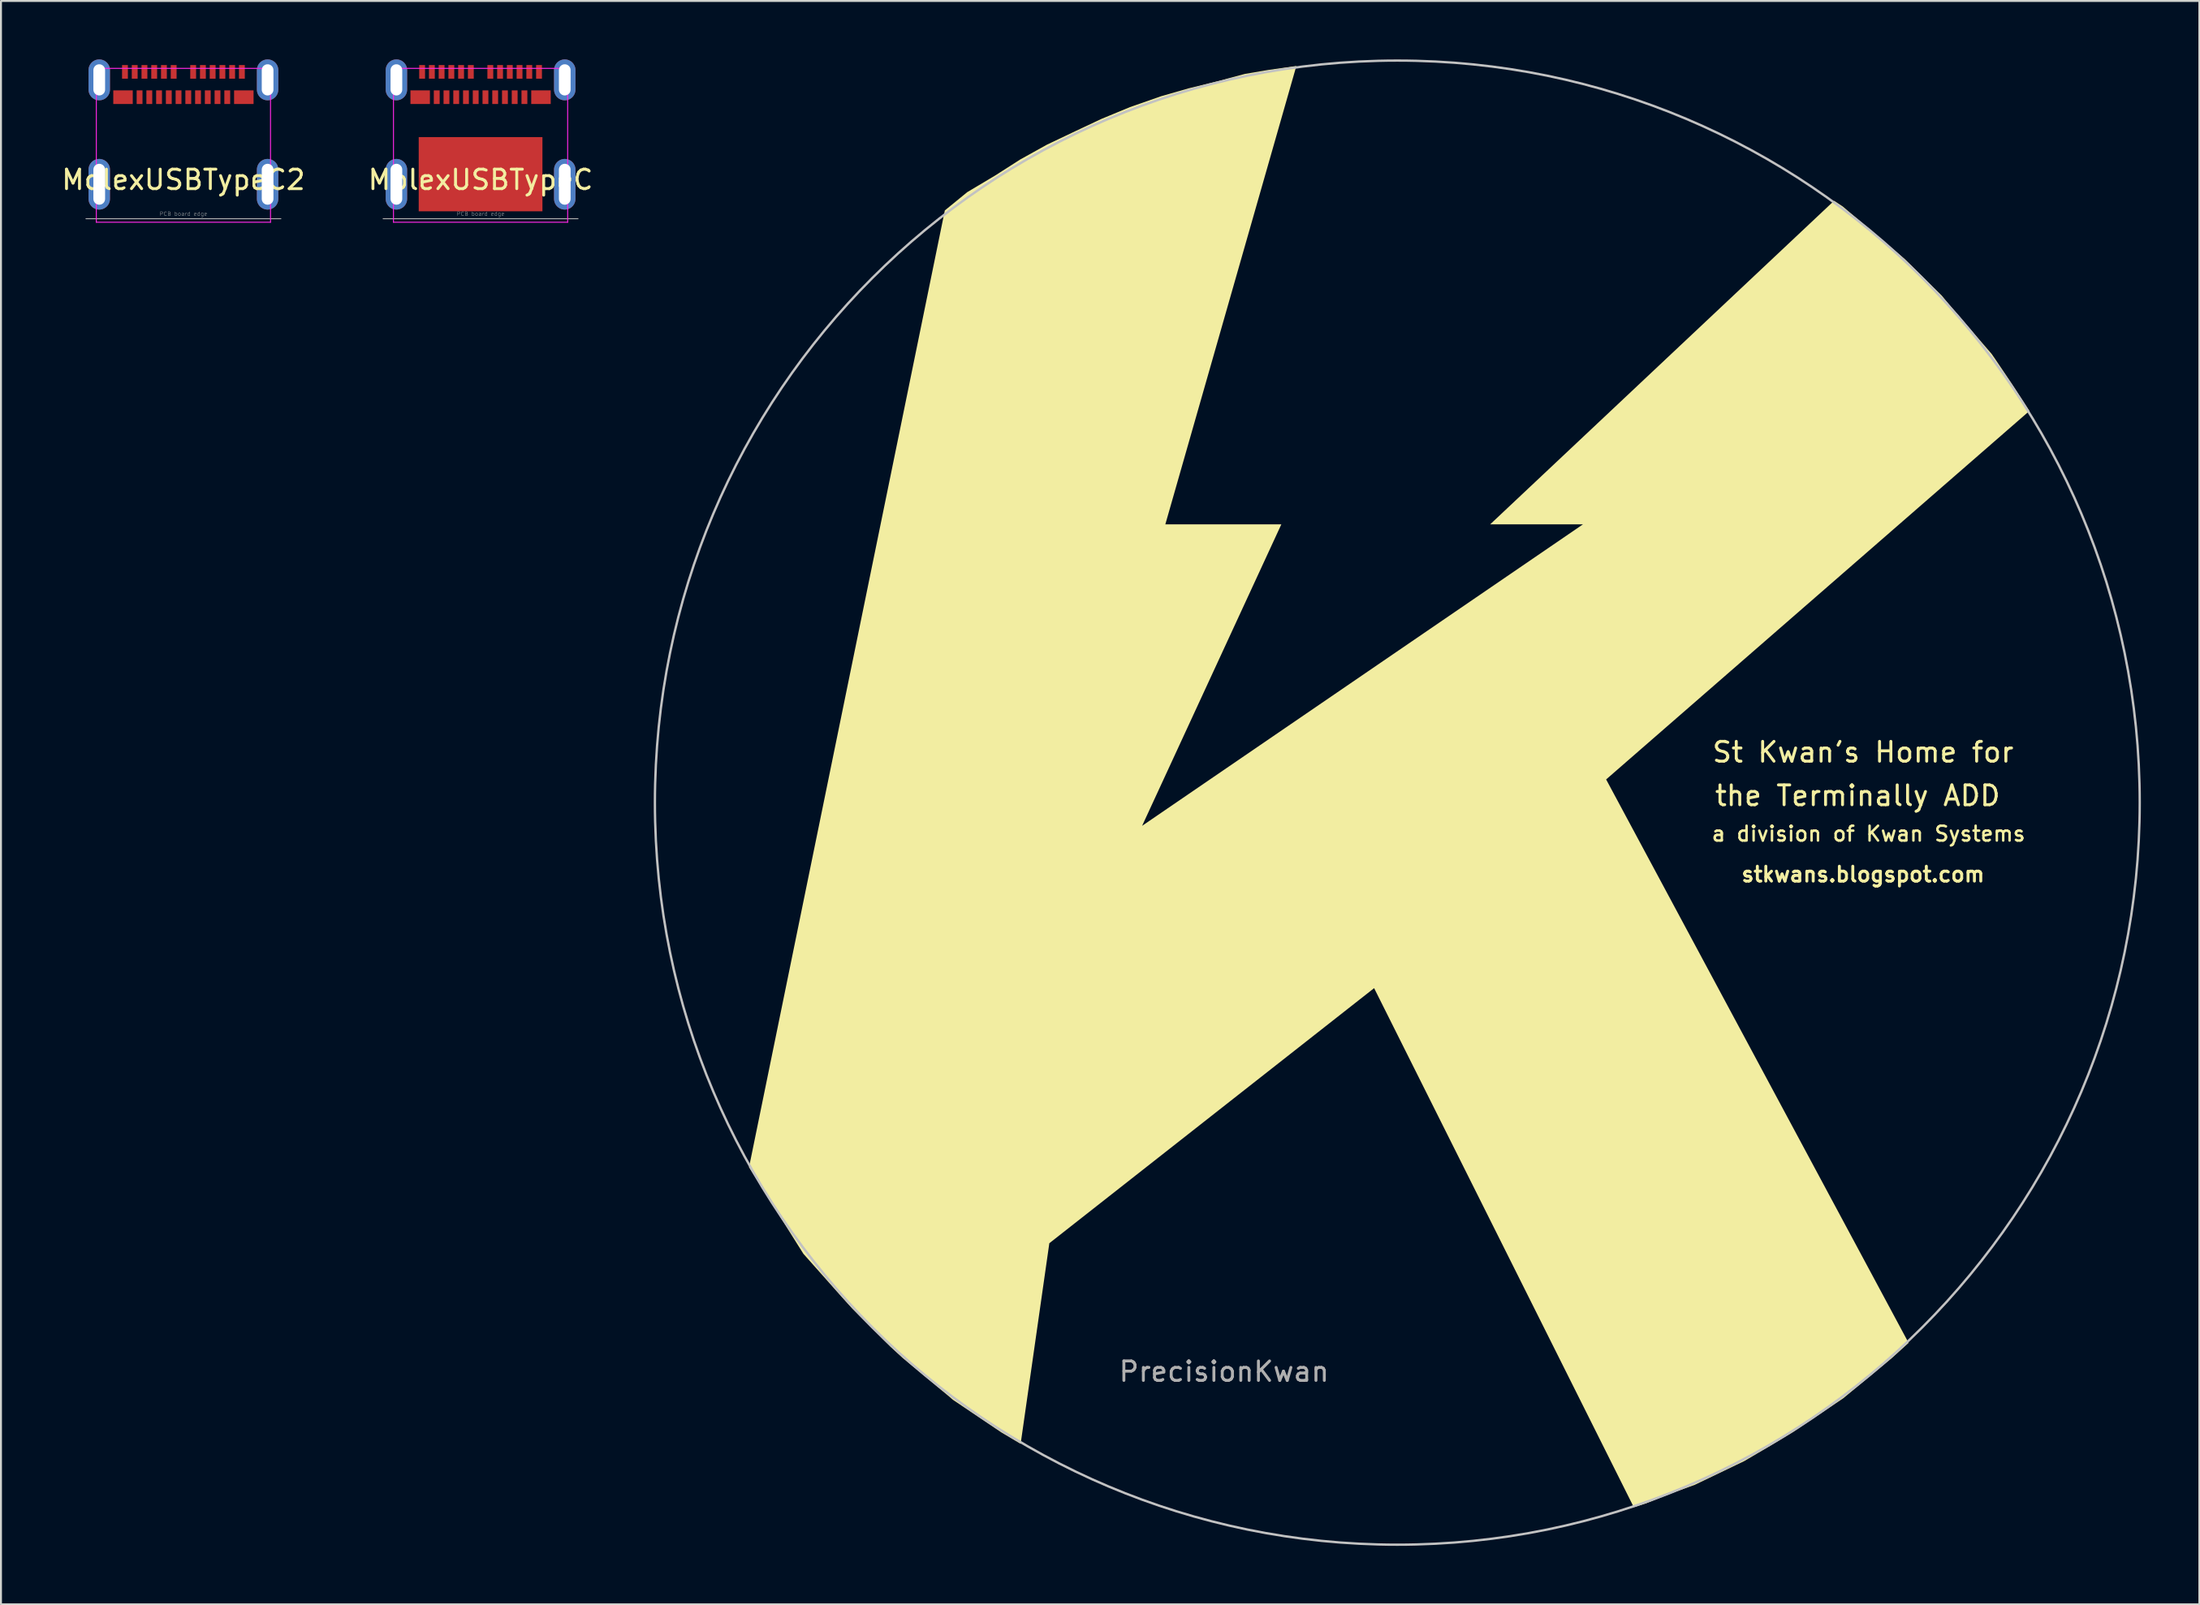
<source format=kicad_pcb>
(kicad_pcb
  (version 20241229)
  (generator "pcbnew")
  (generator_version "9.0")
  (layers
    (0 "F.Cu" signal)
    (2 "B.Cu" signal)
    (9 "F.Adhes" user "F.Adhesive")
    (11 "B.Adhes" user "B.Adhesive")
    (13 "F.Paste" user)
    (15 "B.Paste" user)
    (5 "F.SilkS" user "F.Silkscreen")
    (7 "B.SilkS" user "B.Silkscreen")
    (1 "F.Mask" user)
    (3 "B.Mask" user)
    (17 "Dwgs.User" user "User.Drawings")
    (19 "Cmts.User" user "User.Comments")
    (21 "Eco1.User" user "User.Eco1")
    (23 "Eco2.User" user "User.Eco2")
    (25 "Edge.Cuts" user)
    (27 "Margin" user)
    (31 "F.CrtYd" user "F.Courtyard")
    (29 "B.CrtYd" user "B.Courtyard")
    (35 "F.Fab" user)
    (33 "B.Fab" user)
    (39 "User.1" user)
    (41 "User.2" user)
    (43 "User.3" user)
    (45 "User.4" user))
  (footprint "MolexUSBTypeC"
    (layer "F.Cu")
    (at 21.613 8.18)
    (property "Reference" "MolexUSBTypeC" (at 0 -2 0) (layer "F.SilkS") (effects (font (size 1 1) (thickness 0.15))))
    (attr through_hole)
    (fp_line (start -4.47 -7.72) (end -4.47 0.18) (stroke (width 0.05) (type solid)) (layer "F.CrtYd"))
    (fp_line (start 4.47 -7.72) (end -4.47 -7.72) (stroke (width 0.05) (type solid)) (layer "F.CrtYd"))
    (fp_line (start 4.47 -7.72) (end 4.47 0.18) (stroke (width 0.05) (type solid)) (layer "F.CrtYd"))
    (fp_line (start 4.47 0.18) (end -4.47 0.18) (stroke (width 0.05) (type solid)) (layer "F.CrtYd"))
    (fp_line (start -5 0) (end 5 0) (stroke (width 0.05) (type solid)) (layer "F.Fab"))
    (fp_text user "PCB board edge" (at 0 -0.25 0) (layer "F.Fab") (effects (font (size 0.2 0.2) (thickness 0.015))))
    (pad "A1" smd rect (at -3 -7.54) (size 0.3 0.7) (layers "F.Cu" "F.Mask" "F.Paste"))
    (pad "A2" smd rect (at -2.5 -7.54) (size 0.3 0.7) (layers "F.Cu" "F.Mask" "F.Paste"))
    (pad "A3" smd rect (at -2 -7.54) (size 0.3 0.7) (layers "F.Cu" "F.Mask" "F.Paste"))
    (pad "A4" smd rect (at -1.5 -7.54) (size 0.3 0.7) (layers "F.Cu" "F.Mask" "F.Paste"))
    (pad "A5" smd rect (at -1 -7.54) (size 0.3 0.7) (layers "F.Cu" "F.Mask" "F.Paste"))
    (pad "A6" smd rect (at -0.5 -7.54) (size 0.3 0.7) (layers "F.Cu" "F.Mask" "F.Paste"))
    (pad "A7" smd rect (at 0.5 -7.54) (size 0.3 0.7) (layers "F.Cu" "F.Mask" "F.Paste"))
    (pad "A8" smd rect (at 1 -7.54) (size 0.3 0.7) (layers "F.Cu" "F.Mask" "F.Paste"))
    (pad "A9" smd rect (at 1.5 -7.54) (size 0.3 0.7) (layers "F.Cu" "F.Mask" "F.Paste"))
    (pad "A10" smd rect (at 2 -7.54) (size 0.3 0.7) (layers "F.Cu" "F.Mask" "F.Paste"))
    (pad "A11" smd rect (at 2.5 -7.54) (size 0.3 0.7) (layers "F.Cu" "F.Mask" "F.Paste"))
    (pad "A12" smd rect (at 3 -7.54) (size 0.3 0.7) (layers "F.Cu" "F.Mask" "F.Paste"))
    (pad "B1" smd rect (at 3.1 -6.24) (size 1 0.7) (layers "F.Cu" "F.Mask" "F.Paste"))
    (pad "B2" smd rect (at 2.25 -6.24) (size 0.3 0.7) (layers "F.Cu" "F.Mask" "F.Paste"))
    (pad "B3" smd rect (at 1.75 -6.24) (size 0.3 0.7) (layers "F.Cu" "F.Mask" "F.Paste"))
    (pad "B4" smd rect (at 1.25 -6.24) (size 0.3 0.7) (layers "F.Cu" "F.Mask" "F.Paste"))
    (pad "B5" smd rect (at 0.75 -6.24) (size 0.3 0.7) (layers "F.Cu" "F.Mask" "F.Paste"))
    (pad "B6" smd rect (at 0.25 -6.24) (size 0.3 0.7) (layers "F.Cu" "F.Mask" "F.Paste"))
    (pad "B7" smd rect (at -0.25 -6.24) (size 0.3 0.7) (layers "F.Cu" "F.Mask" "F.Paste"))
    (pad "B8" smd rect (at -0.75 -6.24) (size 0.3 0.7) (layers "F.Cu" "F.Mask" "F.Paste"))
    (pad "B9" smd rect (at -1.25 -6.24) (size 0.3 0.7) (layers "F.Cu" "F.Mask" "F.Paste"))
    (pad "B10" smd rect (at -1.75 -6.24) (size 0.3 0.7) (layers "F.Cu" "F.Mask" "F.Paste"))
    (pad "B11" smd rect (at -2.25 -6.24) (size 0.3 0.7) (layers "F.Cu" "F.Mask" "F.Paste"))
    (pad "B12" smd rect (at -3.1 -6.24) (size 1 0.7) (layers "F.Cu" "F.Mask" "F.Paste"))
    (pad "S1" thru_hole oval (at -4.32 -7.13) (size 1.1 2.1) (drill oval 0.6 1.6) (layers "*.Cu" "*.Mask"))
    (pad "S1" thru_hole oval (at -4.32 -1.77) (size 1.1 2.6) (drill oval 0.6 2.1) (layers "*.Cu" "*.Mask"))
    (pad "S1" smd rect (at 0 -2.286) (size 6.35 3.81) (layers "F.Cu" "F.Mask"))
    (pad "S1" thru_hole oval (at 4.32 -7.13) (size 1.1 2.1) (drill oval 0.6 1.6) (layers "*.Cu" "*.Mask"))
    (pad "S1" thru_hole oval (at 4.32 -1.77) (size 1.1 2.6) (drill oval 0.6 2.1) (layers "*.Cu" "*.Mask")))
  (footprint "PrecisionKwan"
    (layer "F.Cu")
    (at 68.66 38.16)
    (property "Reference" "PrecisionKwan" (at -8.89 29.21 0) (layer "F.Fab") (effects (font (size 1 1) (thickness 0.15))))
    (attr through_hole)
    (fp_poly (pts (xy -33.27 18.721) (xy -23.222 -30.405) (xy -22.073 -31.344) (xy -20.625 -32.207) (xy -19.355 -33.02) (xy -17.983 -33.782) (xy -16.485 -34.493) (xy -15.189 -35.103) (xy -13.716 -35.712) (xy -12.116 -36.271) (xy -10.693 -36.678) (xy -9.246 -37.033) (xy -7.823 -37.414) (xy -6.629 -37.617) (xy -5.182 -37.821) (xy -11.906 -14.287) (xy -5.953 -14.287) (xy -13.097 1.191) (xy 9.525 -14.287) (xy 4.763 -14.287) (xy 22.414 -30.901) (xy 22.86 -30.607) (xy 25.375 -28.473) (xy 26.035 -27.915) (xy 27.937 -26.035) (xy 28.423 -25.451) (xy 30.499 -23.038) (xy 30.658 -22.809) (xy 31.496 -21.565) (xy 32.309 -20.313) (xy 32.44 -20.112) (xy 10.716 -1.191) (xy 26.238 27.737) (xy 25.371 28.524) (xy 22.885 30.582) (xy 20.32 32.309) (xy 19.228 32.969) (xy 17.805 33.807) (xy 15.265 35.027) (xy 13.995 35.484) (xy 12.725 35.992) (xy 12.134 36.173) (xy -1.191 9.525) (xy -17.859 22.622) (xy -19.331 32.922) (xy -20.32 32.334) (xy -22.809 30.658) (xy -22.987 30.503) (xy -25.4 28.499) (xy -26.035 27.915) (xy -27.965 25.984) (xy -28.499 25.395) (xy -30.48 23.165)) (stroke (width 0) (type solid)) (fill yes) (layer "F.SilkS"))
    (fp_circle (center 0 0) (end 38.1 0) (stroke (width 0.12) (type solid)) (fill no) (layer "Dwgs.User"))
    (fp_text user "a division of Kwan Systems" (at 24.181 1.6 0) (layer "F.SilkS") (effects (font (size 0.762 0.762) (thickness 0.127))))
    (fp_text user "St Kwan's Home for" (at 23.901 -2.591 0) (layer "F.SilkS") (effects (font (size 1.016 1.016) (thickness 0.152))))
    (fp_text user "the Terminally ADD" (at 23.622 -0.356 0) (layer "F.SilkS") (effects (font (size 1.016 1.016) (thickness 0.152))))
    (fp_text user "stkwans.blogspot.com" (at 23.901 3.683 0) (layer "F.SilkS") (effects (font (size 0.762 0.762) (thickness 0.152)))))
  (footprint "MolexUSBTypeC2"
    (layer "F.Cu")
    (at 6.363 8.18)
    (property "Reference" "MolexUSBTypeC2" (at 0 -2 0) (layer "F.SilkS") (effects (font (size 1 1) (thickness 0.15))))
    (attr through_hole)
    (fp_line (start -4.47 -7.72) (end -4.47 0.18) (stroke (width 0.05) (type solid)) (layer "F.CrtYd"))
    (fp_line (start 4.47 -7.72) (end -4.47 -7.72) (stroke (width 0.05) (type solid)) (layer "F.CrtYd"))
    (fp_line (start 4.47 -7.72) (end 4.47 0.18) (stroke (width 0.05) (type solid)) (layer "F.CrtYd"))
    (fp_line (start 4.47 0.18) (end -4.47 0.18) (stroke (width 0.05) (type solid)) (layer "F.CrtYd"))
    (fp_line (start -5 0) (end 5 0) (stroke (width 0.05) (type solid)) (layer "F.Fab"))
    (fp_text user "PCB board edge" (at 0 -0.25 0) (layer "F.Fab") (effects (font (size 0.2 0.2) (thickness 0.015))))
    (pad "" smd rect (at -2.5 -7.54) (size 0.3 0.7) (layers "F.Cu" "F.Mask" "F.Paste"))
    (pad "" smd rect (at -2.25 -6.24) (size 0.3 0.7) (layers "F.Cu" "F.Mask" "F.Paste"))
    (pad "" smd rect (at -2 -7.54) (size 0.3 0.7) (layers "F.Cu" "F.Mask" "F.Paste"))
    (pad "" smd rect (at -1.75 -6.24) (size 0.3 0.7) (layers "F.Cu" "F.Mask" "F.Paste"))
    (pad "" smd rect (at -0.75 -6.24) (size 0.3 0.7) (layers "F.Cu" "F.Mask" "F.Paste"))
    (pad "" smd rect (at 1 -7.54) (size 0.3 0.7) (layers "F.Cu" "F.Mask" "F.Paste"))
    (pad "" smd rect (at 1.75 -6.24) (size 0.3 0.7) (layers "F.Cu" "F.Mask" "F.Paste"))
    (pad "" smd rect (at 2 -7.54) (size 0.3 0.7) (layers "F.Cu" "F.Mask" "F.Paste"))
    (pad "" smd rect (at 2.25 -6.24) (size 0.3 0.7) (layers "F.Cu" "F.Mask" "F.Paste"))
    (pad "" smd rect (at 2.5 -7.54) (size 0.3 0.7) (layers "F.Cu" "F.Mask" "F.Paste"))
    (pad "1" smd rect (at -1.5 -7.54) (size 0.3 0.7) (layers "F.Cu" "F.Mask" "F.Paste"))
    (pad "1" smd rect (at -1.25 -6.24) (size 0.3 0.7) (layers "F.Cu" "F.Mask" "F.Paste"))
    (pad "1" smd rect (at 1.25 -6.24) (size 0.3 0.7) (layers "F.Cu" "F.Mask" "F.Paste"))
    (pad "1" smd rect (at 1.5 -7.54) (size 0.3 0.7) (layers "F.Cu" "F.Mask" "F.Paste"))
    (pad "2" smd rect (at -0.25 -6.24) (size 0.3 0.7) (layers "F.Cu" "F.Mask" "F.Paste"))
    (pad "2" smd rect (at 0.5 -7.54) (size 0.3 0.7) (layers "F.Cu" "F.Mask" "F.Paste"))
    (pad "3" smd rect (at -0.5 -7.54) (size 0.3 0.7) (layers "F.Cu" "F.Mask" "F.Paste"))
    (pad "3" smd rect (at 0.25 -6.24) (size 0.3 0.7) (layers "F.Cu" "F.Mask" "F.Paste"))
    (pad "4" smd rect (at 0.75 -6.24) (size 0.3 0.7) (layers "F.Cu" "F.Mask" "F.Paste"))
    (pad "5" smd rect (at -3.1 -6.24) (size 1 0.7) (layers "F.Cu" "F.Mask" "F.Paste"))
    (pad "5" smd rect (at -3 -7.54) (size 0.3 0.7) (layers "F.Cu" "F.Mask" "F.Paste"))
    (pad "5" smd rect (at 3 -7.54) (size 0.3 0.7) (layers "F.Cu" "F.Mask" "F.Paste"))
    (pad "5" smd rect (at 3.1 -6.24) (size 1 0.7) (layers "F.Cu" "F.Mask" "F.Paste"))
    (pad "6" thru_hole oval (at -4.32 -7.13) (size 1.1 2.1) (drill oval 0.6 1.6) (layers "*.Cu" "*.Mask"))
    (pad "6" thru_hole oval (at -4.32 -1.77) (size 1.1 2.6) (drill oval 0.6 2.1) (layers "*.Cu" "*.Mask"))
    (pad "6" thru_hole oval (at 4.32 -7.13) (size 1.1 2.1) (drill oval 0.6 1.6) (layers "*.Cu" "*.Mask"))
    (pad "6" thru_hole oval (at 4.32 -1.77) (size 1.1 2.6) (drill oval 0.6 2.1) (layers "*.Cu" "*.Mask"))
    (pad "7" smd rect (at -1 -7.54) (size 0.3 0.7) (layers "F.Cu" "F.Mask" "F.Paste")))
  (gr_rect
    (start -3 -3)
    (end 109.82 79.32)
    (stroke (width 0.1) (type default))
    (fill no)
    (layer "Edge.Cuts")))
</source>
